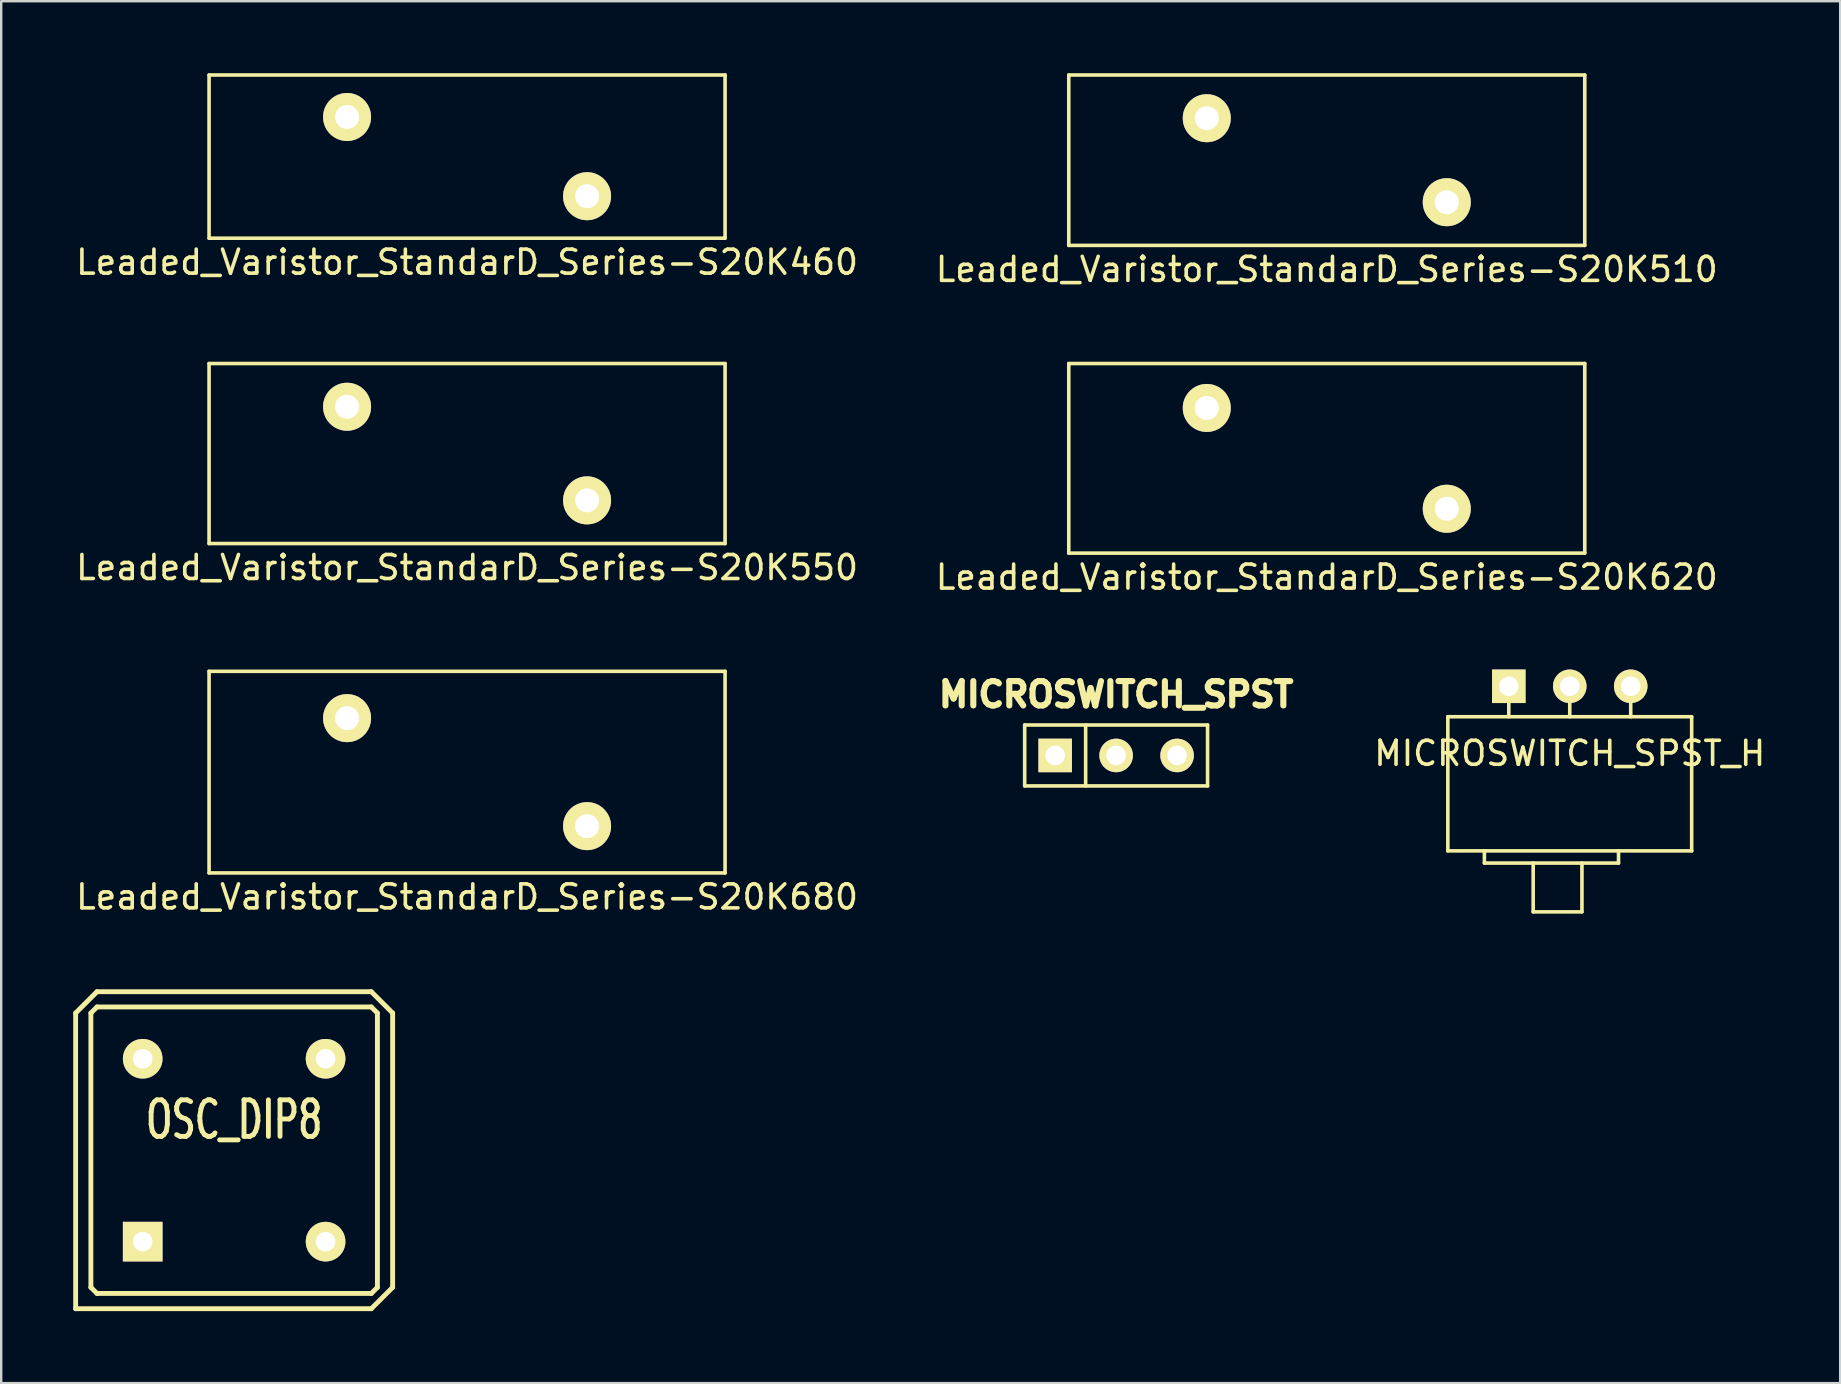
<source format=kicad_pcb>
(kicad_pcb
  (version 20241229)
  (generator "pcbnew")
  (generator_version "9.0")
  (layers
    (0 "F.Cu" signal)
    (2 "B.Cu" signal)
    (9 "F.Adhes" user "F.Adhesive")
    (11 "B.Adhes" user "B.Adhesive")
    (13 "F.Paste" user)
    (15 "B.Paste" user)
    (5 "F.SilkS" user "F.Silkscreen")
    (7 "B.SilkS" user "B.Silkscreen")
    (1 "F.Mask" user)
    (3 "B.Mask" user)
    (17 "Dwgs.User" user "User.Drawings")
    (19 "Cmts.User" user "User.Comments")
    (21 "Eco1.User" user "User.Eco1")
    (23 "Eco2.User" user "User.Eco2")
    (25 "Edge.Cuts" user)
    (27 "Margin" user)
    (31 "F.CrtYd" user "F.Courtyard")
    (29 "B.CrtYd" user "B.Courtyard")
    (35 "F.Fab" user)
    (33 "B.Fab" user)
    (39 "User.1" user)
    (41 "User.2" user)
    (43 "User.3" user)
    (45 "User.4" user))
  (footprint "Leaded_Varistor_StandarD_Series-S20K510"
    (layer "F.Cu")
    (at 47.232 1.875)
    (property "Reference" "Leaded_Varistor_StandarD_Series-S20K510" (at 5 6.3 0) (layer "F.SilkS") (effects (font (size 1 1) (thickness 0.15))))
    (attr through_hole)
    (fp_line (start -5.75 -1.8) (end -5.75 5.3) (stroke (width 0.15) (type solid)) (layer "F.SilkS"))
    (fp_line (start -5.75 -1.8) (end 15.75 -1.8) (stroke (width 0.15) (type solid)) (layer "F.SilkS"))
    (fp_line (start -5.75 5.3) (end 15.75 5.3) (stroke (width 0.15) (type solid)) (layer "F.SilkS"))
    (fp_line (start 15.75 -1.8) (end 15.75 5.3) (stroke (width 0.15) (type solid)) (layer "F.SilkS"))
    (pad "1" thru_hole circle (at 0 0) (size 2 2) (drill 1) (layers "*.Cu" "*.Mask" "F.SilkS"))
    (pad "2" thru_hole circle (at 10 3.5) (size 2 2) (drill 1) (layers "*.Cu" "*.Mask" "F.SilkS")))
  (footprint "Leaded_Varistor_StandarD_Series-S20K620"
    (layer "F.Cu")
    (at 47.232 13.948)
    (property "Reference" "Leaded_Varistor_StandarD_Series-S20K620" (at 5 7.05 0) (layer "F.SilkS") (effects (font (size 1 1) (thickness 0.15))))
    (attr through_hole)
    (fp_line (start -5.75 -1.85) (end -5.75 6.05) (stroke (width 0.15) (type solid)) (layer "F.SilkS"))
    (fp_line (start -5.75 -1.85) (end 15.75 -1.85) (stroke (width 0.15) (type solid)) (layer "F.SilkS"))
    (fp_line (start -5.75 6.05) (end 15.75 6.05) (stroke (width 0.15) (type solid)) (layer "F.SilkS"))
    (fp_line (start 15.75 -1.85) (end 15.75 6.05) (stroke (width 0.15) (type solid)) (layer "F.SilkS"))
    (pad "1" thru_hole circle (at 0 0) (size 2 2) (drill 1) (layers "*.Cu" "*.Mask" "F.SilkS"))
    (pad "2" thru_hole circle (at 10 4.2) (size 2 2) (drill 1) (layers "*.Cu" "*.Mask" "F.SilkS")))
  (footprint "MICROSWITCH_SPST_H"
    (layer "F.Cu")
    (at 62.356 25.545)
    (property "Reference" "MICROSWITCH_SPST_H" (at 0 2.794 0) (layer "F.SilkS") (effects (font (size 1 1) (thickness 0.15))))
    (attr through_hole)
    (fp_line (start -5.08 1.27) (end -5.08 6.858) (stroke (width 0.15) (type solid)) (layer "F.SilkS"))
    (fp_line (start -5.08 1.27) (end 5.08 1.27) (stroke (width 0.15) (type solid)) (layer "F.SilkS"))
    (fp_line (start -3.556 6.858) (end -3.556 7.366) (stroke (width 0.15) (type solid)) (layer "F.SilkS"))
    (fp_line (start -3.556 7.366) (end 2.032 7.366) (stroke (width 0.15) (type solid)) (layer "F.SilkS"))
    (fp_line (start -2.54 0) (end -2.54 1.27) (stroke (width 0.15) (type solid)) (layer "F.SilkS"))
    (fp_line (start -1.524 7.366) (end -1.524 9.398) (stroke (width 0.15) (type solid)) (layer "F.SilkS"))
    (fp_line (start -1.524 9.398) (end 0.508 9.398) (stroke (width 0.15) (type solid)) (layer "F.SilkS"))
    (fp_line (start 0 0) (end 0 1.27) (stroke (width 0.15) (type solid)) (layer "F.SilkS"))
    (fp_line (start 0.508 7.366) (end 0.508 9.398) (stroke (width 0.15) (type solid)) (layer "F.SilkS"))
    (fp_line (start 2.032 7.366) (end 2.032 6.858) (stroke (width 0.15) (type solid)) (layer "F.SilkS"))
    (fp_line (start 2.54 0) (end 2.54 1.27) (stroke (width 0.15) (type solid)) (layer "F.SilkS"))
    (fp_line (start 5.08 1.27) (end 5.08 6.858) (stroke (width 0.15) (type solid)) (layer "F.SilkS"))
    (fp_line (start 5.08 6.858) (end -5.08 6.858) (stroke (width 0.15) (type solid)) (layer "F.SilkS"))
    (pad "1" thru_hole rect (at -2.54 0) (size 1.397 1.397) (drill 0.813) (layers "*.Cu" "*.Mask" "F.SilkS"))
    (pad "2" thru_hole circle (at 0 0) (size 1.397 1.397) (drill 0.813) (layers "*.Cu" "*.Mask" "F.SilkS"))
    (pad "3" thru_hole circle (at 2.54 0) (size 1.397 1.397) (drill 0.813) (layers "*.Cu" "*.Mask" "F.SilkS")))
  (footprint "Leaded_Varistor_StandarD_Series-S20K680"
    (layer "F.Cu")
    (at 11.411 26.872)
    (property "Reference" "Leaded_Varistor_StandarD_Series-S20K680" (at 5 7.45 0) (layer "F.SilkS") (effects (font (size 1 1) (thickness 0.15))))
    (attr through_hole)
    (fp_line (start -5.75 -1.95) (end -5.75 6.45) (stroke (width 0.15) (type solid)) (layer "F.SilkS"))
    (fp_line (start -5.75 -1.95) (end 15.75 -1.95) (stroke (width 0.15) (type solid)) (layer "F.SilkS"))
    (fp_line (start -5.75 6.45) (end 15.75 6.45) (stroke (width 0.15) (type solid)) (layer "F.SilkS"))
    (fp_line (start 15.75 -1.95) (end 15.75 6.45) (stroke (width 0.15) (type solid)) (layer "F.SilkS"))
    (pad "1" thru_hole circle (at 0 0) (size 2 2) (drill 1) (layers "*.Cu" "*.Mask" "F.SilkS"))
    (pad "2" thru_hole circle (at 10 4.5) (size 2 2) (drill 1) (layers "*.Cu" "*.Mask" "F.SilkS")))
  (footprint "MICROSWITCH_SPST"
    (layer "F.Cu")
    (at 43.455 28.427)
    (property "Reference" "MICROSWITCH_SPST" (at 0 -2.54 0) (layer "F.SilkS") (effects (font (size 1.016 1.016) (thickness 0.254))))
    (attr through_hole)
    (fp_line (start -3.81 -1.27) (end 3.81 -1.27) (stroke (width 0.15) (type solid)) (layer "F.SilkS"))
    (fp_line (start -3.81 1.27) (end -3.81 -1.27) (stroke (width 0.15) (type solid)) (layer "F.SilkS"))
    (fp_line (start -1.27 -1.27) (end -1.27 1.27) (stroke (width 0.15) (type solid)) (layer "F.SilkS"))
    (fp_line (start 3.81 -1.27) (end 3.81 1.27) (stroke (width 0.15) (type solid)) (layer "F.SilkS"))
    (fp_line (start 3.81 1.27) (end -3.81 1.27) (stroke (width 0.15) (type solid)) (layer "F.SilkS"))
    (pad "1" thru_hole rect (at -2.54 0) (size 1.397 1.397) (drill 0.813) (layers "*.Cu" "*.Mask" "F.SilkS"))
    (pad "2" thru_hole circle (at 0 0) (size 1.397 1.397) (drill 0.813) (layers "*.Cu" "*.Mask" "F.SilkS"))
    (pad "3" thru_hole circle (at 2.54 0) (size 1.397 1.397) (drill 0.813) (layers "*.Cu" "*.Mask" "F.SilkS")))
  (footprint "Leaded_Varistor_StandarD_Series-S20K550"
    (layer "F.Cu")
    (at 11.411 13.898)
    (property "Reference" "Leaded_Varistor_StandarD_Series-S20K550" (at 5 6.7 0) (layer "F.SilkS") (effects (font (size 1 1) (thickness 0.15))))
    (attr through_hole)
    (fp_line (start -5.75 -1.8) (end -5.75 5.7) (stroke (width 0.15) (type solid)) (layer "F.SilkS"))
    (fp_line (start -5.75 -1.8) (end 15.75 -1.8) (stroke (width 0.15) (type solid)) (layer "F.SilkS"))
    (fp_line (start -5.75 5.7) (end 15.75 5.7) (stroke (width 0.15) (type solid)) (layer "F.SilkS"))
    (fp_line (start 15.75 -1.8) (end 15.75 5.7) (stroke (width 0.15) (type solid)) (layer "F.SilkS"))
    (pad "1" thru_hole circle (at 0 0) (size 2 2) (drill 1) (layers "*.Cu" "*.Mask" "F.SilkS"))
    (pad "2" thru_hole circle (at 10 3.9) (size 2 2) (drill 1) (layers "*.Cu" "*.Mask" "F.SilkS")))
  (footprint "Leaded_Varistor_StandarD_Series-S20K460"
    (layer "F.Cu")
    (at 11.411 1.825)
    (property "Reference" "Leaded_Varistor_StandarD_Series-S20K460" (at 5 6.05 0) (layer "F.SilkS") (effects (font (size 1 1) (thickness 0.15))))
    (attr through_hole)
    (fp_line (start -5.75 -1.75) (end -5.75 5.05) (stroke (width 0.15) (type solid)) (layer "F.SilkS"))
    (fp_line (start -5.75 -1.75) (end 15.75 -1.75) (stroke (width 0.15) (type solid)) (layer "F.SilkS"))
    (fp_line (start -5.75 5.05) (end 15.75 5.05) (stroke (width 0.15) (type solid)) (layer "F.SilkS"))
    (fp_line (start 15.75 -1.75) (end 15.75 5.05) (stroke (width 0.15) (type solid)) (layer "F.SilkS"))
    (pad "1" thru_hole circle (at 0 0) (size 2 2) (drill 1) (layers "*.Cu" "*.Mask" "F.SilkS"))
    (pad "2" thru_hole circle (at 10 3.3) (size 2 2) (drill 1) (layers "*.Cu" "*.Mask" "F.SilkS")))
  (footprint "OSC_DIP8"
    (layer "F.Cu")
    (at 6.706 44.875)
    (property "Reference" "OSC_DIP8" (at 0 -1.27 0) (layer "F.SilkS") (effects (font (size 1.524 1.016) (thickness 0.203))))
    (attr through_hole)
    (fp_line (start -6.604 -5.715) (end -6.604 6.604) (stroke (width 0.203) (type solid)) (layer "F.SilkS"))
    (fp_line (start -6.604 6.604) (end 5.715 6.604) (stroke (width 0.203) (type solid)) (layer "F.SilkS"))
    (fp_line (start -5.969 -5.715) (end -5.969 5.715) (stroke (width 0.203) (type solid)) (layer "F.SilkS"))
    (fp_line (start -5.969 5.715) (end -5.715 5.969) (stroke (width 0.203) (type solid)) (layer "F.SilkS"))
    (fp_line (start -5.715 -6.604) (end -6.604 -5.715) (stroke (width 0.203) (type solid)) (layer "F.SilkS"))
    (fp_line (start -5.715 -5.969) (end -5.969 -5.715) (stroke (width 0.203) (type solid)) (layer "F.SilkS"))
    (fp_line (start -5.715 5.969) (end 5.715 5.969) (stroke (width 0.203) (type solid)) (layer "F.SilkS"))
    (fp_line (start 5.715 -6.604) (end -5.715 -6.604) (stroke (width 0.203) (type solid)) (layer "F.SilkS"))
    (fp_line (start 5.715 -5.969) (end -5.715 -5.969) (stroke (width 0.203) (type solid)) (layer "F.SilkS"))
    (fp_line (start 5.715 5.969) (end 5.969 5.715) (stroke (width 0.203) (type solid)) (layer "F.SilkS"))
    (fp_line (start 5.715 6.604) (end 6.604 5.715) (stroke (width 0.203) (type solid)) (layer "F.SilkS"))
    (fp_line (start 5.969 -5.715) (end 5.715 -5.969) (stroke (width 0.203) (type solid)) (layer "F.SilkS"))
    (fp_line (start 5.969 5.715) (end 5.969 -5.715) (stroke (width 0.203) (type solid)) (layer "F.SilkS"))
    (fp_line (start 6.604 -5.715) (end 5.715 -6.604) (stroke (width 0.203) (type solid)) (layer "F.SilkS"))
    (fp_line (start 6.604 5.715) (end 6.604 -5.715) (stroke (width 0.203) (type solid)) (layer "F.SilkS"))
    (pad "1" thru_hole rect (at -3.81 3.81) (size 1.651 1.651) (drill 0.813) (layers "*.Cu" "*.Mask" "F.SilkS"))
    (pad "4" thru_hole circle (at 3.81 3.81) (size 1.651 1.651) (drill 0.813) (layers "*.Cu" "*.Mask" "F.SilkS"))
    (pad "5" thru_hole circle (at 3.81 -3.81) (size 1.651 1.651) (drill 0.813) (layers "*.Cu" "*.Mask" "F.SilkS"))
    (pad "8" thru_hole circle (at -3.81 -3.81) (size 1.651 1.651) (drill 0.813) (layers "*.Cu" "*.Mask" "F.SilkS")))
  (gr_rect
    (start -3 -3)
    (end 73.624 54.581)
    (stroke (width 0.1) (type default))
    (fill no)
    (layer "Edge.Cuts")))
</source>
